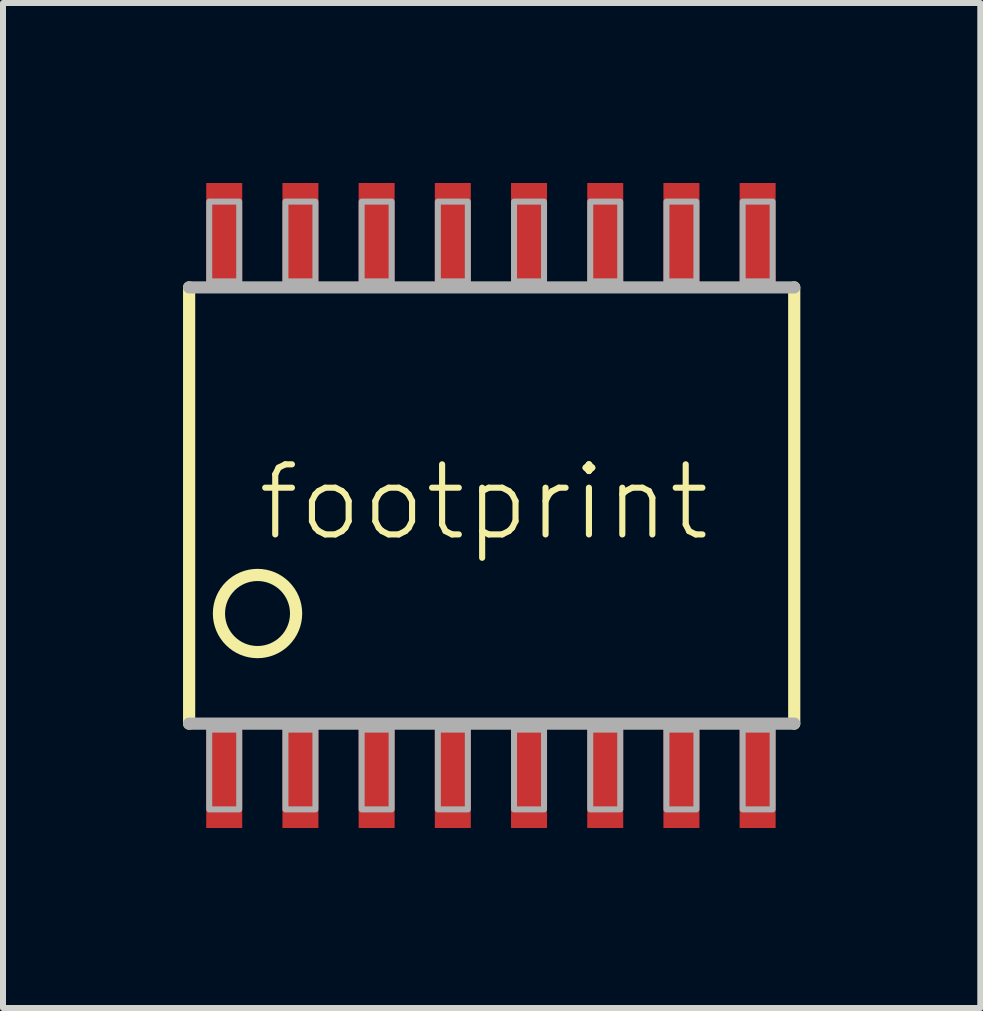
<source format=kicad_pcb>
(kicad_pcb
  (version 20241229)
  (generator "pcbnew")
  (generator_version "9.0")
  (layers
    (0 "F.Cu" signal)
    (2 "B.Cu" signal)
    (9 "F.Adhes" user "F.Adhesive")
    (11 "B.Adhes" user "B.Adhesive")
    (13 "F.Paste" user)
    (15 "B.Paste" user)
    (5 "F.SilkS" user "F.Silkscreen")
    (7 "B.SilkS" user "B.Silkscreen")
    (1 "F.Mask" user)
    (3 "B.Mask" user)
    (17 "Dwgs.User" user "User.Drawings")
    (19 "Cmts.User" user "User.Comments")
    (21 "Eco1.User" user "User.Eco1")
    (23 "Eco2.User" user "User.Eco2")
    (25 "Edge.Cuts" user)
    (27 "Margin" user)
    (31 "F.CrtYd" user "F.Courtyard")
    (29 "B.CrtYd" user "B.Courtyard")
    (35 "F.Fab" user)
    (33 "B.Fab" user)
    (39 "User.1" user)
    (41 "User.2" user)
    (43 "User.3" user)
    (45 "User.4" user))
  (footprint "footprint"
    (layer "F.Cu")
    (at 5.132 5.375)
    (property "Reference" "footprint" (at -3.94 0.63 0) (layer "F.SilkS") (effects (font (size 1.168 1.168) (thickness 0.102)) (justify left bottom)))
    (fp_line (start -5.03 3.635) (end -5.03 -3.635) (stroke (width 0.203) (type solid)) (layer "F.SilkS"))
    (fp_line (start 5.055 -3.635) (end 5.055 3.635) (stroke (width 0.203) (type solid)) (layer "F.SilkS"))
    (fp_circle (center -3.89 1.8) (end -3.247 1.8) (stroke (width 0.203) (type solid)) (fill no) (layer "F.SilkS"))
    (fp_line (start -5.03 -3.635) (end 5.055 -3.635) (stroke (width 0.203) (type solid)) (layer "F.Fab"))
    (fp_line (start 5.055 3.635) (end -5.03 3.635) (stroke (width 0.203) (type solid)) (layer "F.Fab"))
    (fp_poly (pts (xy -4.695 -3.735) (xy -4.195 -3.735) (xy -4.195 -5.065) (xy -4.695 -5.065)) (stroke (width 0.1) (type solid)) (fill no) (layer "F.Fab"))
    (fp_poly (pts (xy -4.695 5.065) (xy -4.195 5.065) (xy -4.195 3.735) (xy -4.695 3.735)) (stroke (width 0.1) (type solid)) (fill no) (layer "F.Fab"))
    (fp_poly (pts (xy -3.425 -3.735) (xy -2.925 -3.735) (xy -2.925 -5.065) (xy -3.425 -5.065)) (stroke (width 0.1) (type solid)) (fill no) (layer "F.Fab"))
    (fp_poly (pts (xy -3.425 5.065) (xy -2.925 5.065) (xy -2.925 3.735) (xy -3.425 3.735)) (stroke (width 0.1) (type solid)) (fill no) (layer "F.Fab"))
    (fp_poly (pts (xy -2.155 5.065) (xy -1.655 5.065) (xy -1.655 3.735) (xy -2.155 3.735)) (stroke (width 0.1) (type solid)) (fill no) (layer "F.Fab"))
    (fp_poly (pts (xy -1.655 -5.065) (xy -2.155 -5.065) (xy -2.155 -3.735) (xy -1.655 -3.735)) (stroke (width 0.1) (type solid)) (fill no) (layer "F.Fab"))
    (fp_poly (pts (xy -0.885 5.065) (xy -0.385 5.065) (xy -0.385 3.735) (xy -0.885 3.735)) (stroke (width 0.1) (type solid)) (fill no) (layer "F.Fab"))
    (fp_poly (pts (xy -0.385 -5.065) (xy -0.885 -5.065) (xy -0.885 -3.735) (xy -0.385 -3.735)) (stroke (width 0.1) (type solid)) (fill no) (layer "F.Fab"))
    (fp_poly (pts (xy 0.385 5.065) (xy 0.885 5.065) (xy 0.885 3.735) (xy 0.385 3.735)) (stroke (width 0.1) (type solid)) (fill no) (layer "F.Fab"))
    (fp_poly (pts (xy 0.885 -5.065) (xy 0.385 -5.065) (xy 0.385 -3.735) (xy 0.885 -3.735)) (stroke (width 0.1) (type solid)) (fill no) (layer "F.Fab"))
    (fp_poly (pts (xy 1.655 5.065) (xy 2.155 5.065) (xy 2.155 3.735) (xy 1.655 3.735)) (stroke (width 0.1) (type solid)) (fill no) (layer "F.Fab"))
    (fp_poly (pts (xy 2.155 -5.065) (xy 1.655 -5.065) (xy 1.655 -3.735) (xy 2.155 -3.735)) (stroke (width 0.1) (type solid)) (fill no) (layer "F.Fab"))
    (fp_poly (pts (xy 2.925 5.065) (xy 3.425 5.065) (xy 3.425 3.735) (xy 2.925 3.735)) (stroke (width 0.1) (type solid)) (fill no) (layer "F.Fab"))
    (fp_poly (pts (xy 3.425 -5.065) (xy 2.925 -5.065) (xy 2.925 -3.735) (xy 3.425 -3.735)) (stroke (width 0.1) (type solid)) (fill no) (layer "F.Fab"))
    (fp_poly (pts (xy 4.195 5.065) (xy 4.695 5.065) (xy 4.695 3.735) (xy 4.195 3.735)) (stroke (width 0.1) (type solid)) (fill no) (layer "F.Fab"))
    (fp_poly (pts (xy 4.695 -5.065) (xy 4.195 -5.065) (xy 4.195 -3.735) (xy 4.695 -3.735)) (stroke (width 0.1) (type solid)) (fill no) (layer "F.Fab"))
    (pad "1" smd rect (at -4.445 4.475) (size 0.6 1.8) (layers "F.Cu" "F.Mask" "F.Paste"))
    (pad "2" smd rect (at -3.175 4.475) (size 0.6 1.8) (layers "F.Cu" "F.Mask" "F.Paste"))
    (pad "3" smd rect (at -1.905 4.475) (size 0.6 1.8) (layers "F.Cu" "F.Mask" "F.Paste"))
    (pad "4" smd rect (at -0.635 4.475) (size 0.6 1.8) (layers "F.Cu" "F.Mask" "F.Paste"))
    (pad "5" smd rect (at 0.635 4.475) (size 0.6 1.8) (layers "F.Cu" "F.Mask" "F.Paste"))
    (pad "6" smd rect (at 1.905 4.475) (size 0.6 1.8) (layers "F.Cu" "F.Mask" "F.Paste"))
    (pad "7" smd rect (at 3.175 4.475) (size 0.6 1.8) (layers "F.Cu" "F.Mask" "F.Paste"))
    (pad "8" smd rect (at 4.445 4.475) (size 0.6 1.8) (layers "F.Cu" "F.Mask" "F.Paste"))
    (pad "9" smd rect (at 4.445 -4.475 180) (size 0.6 1.8) (layers "F.Cu" "F.Mask" "F.Paste"))
    (pad "10" smd rect (at 3.175 -4.475 180) (size 0.6 1.8) (layers "F.Cu" "F.Mask" "F.Paste"))
    (pad "11" smd rect (at 1.905 -4.475 180) (size 0.6 1.8) (layers "F.Cu" "F.Mask" "F.Paste"))
    (pad "12" smd rect (at 0.635 -4.475 180) (size 0.6 1.8) (layers "F.Cu" "F.Mask" "F.Paste"))
    (pad "13" smd rect (at -0.635 -4.475 180) (size 0.6 1.8) (layers "F.Cu" "F.Mask" "F.Paste"))
    (pad "14" smd rect (at -1.905 -4.475 180) (size 0.6 1.8) (layers "F.Cu" "F.Mask" "F.Paste"))
    (pad "15" smd rect (at -3.175 -4.475) (size 0.6 1.8) (layers "F.Cu" "F.Mask" "F.Paste"))
    (pad "16" smd rect (at -4.445 -4.475) (size 0.6 1.8) (layers "F.Cu" "F.Mask" "F.Paste")))
  (gr_rect
    (start -3 -3)
    (end 13.288 13.75)
    (stroke (width 0.1) (type default))
    (fill no)
    (layer "Edge.Cuts")))
</source>
